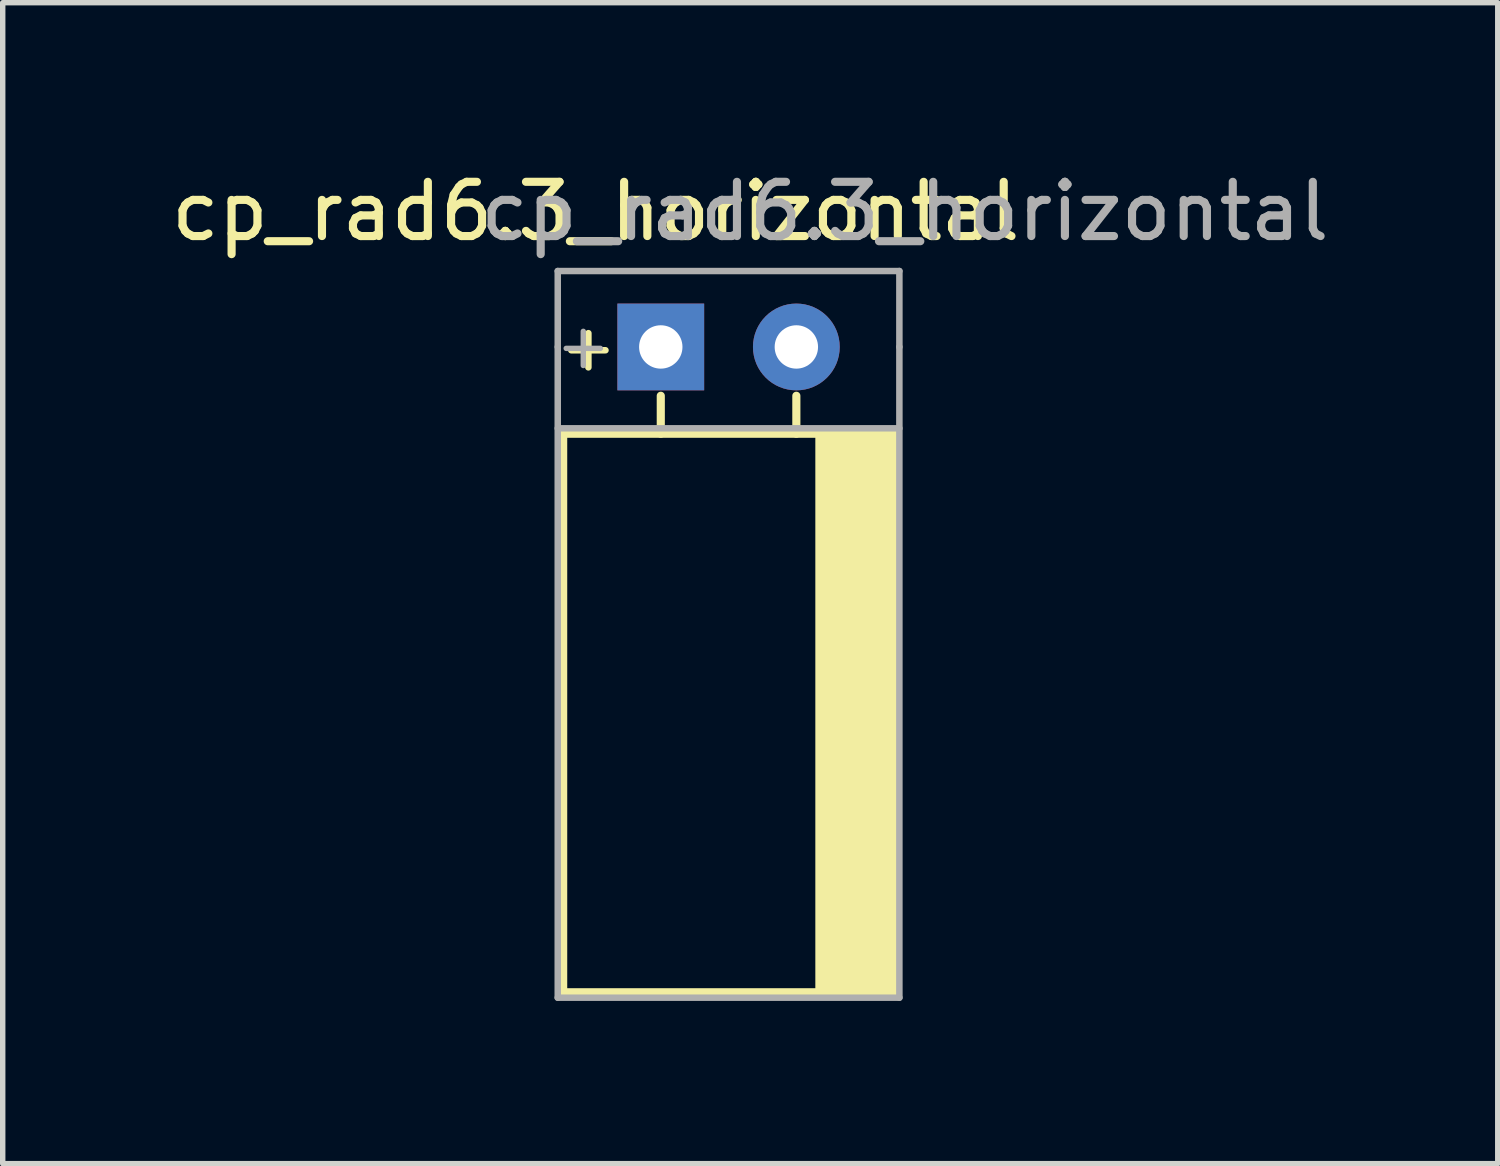
<source format=kicad_pcb>
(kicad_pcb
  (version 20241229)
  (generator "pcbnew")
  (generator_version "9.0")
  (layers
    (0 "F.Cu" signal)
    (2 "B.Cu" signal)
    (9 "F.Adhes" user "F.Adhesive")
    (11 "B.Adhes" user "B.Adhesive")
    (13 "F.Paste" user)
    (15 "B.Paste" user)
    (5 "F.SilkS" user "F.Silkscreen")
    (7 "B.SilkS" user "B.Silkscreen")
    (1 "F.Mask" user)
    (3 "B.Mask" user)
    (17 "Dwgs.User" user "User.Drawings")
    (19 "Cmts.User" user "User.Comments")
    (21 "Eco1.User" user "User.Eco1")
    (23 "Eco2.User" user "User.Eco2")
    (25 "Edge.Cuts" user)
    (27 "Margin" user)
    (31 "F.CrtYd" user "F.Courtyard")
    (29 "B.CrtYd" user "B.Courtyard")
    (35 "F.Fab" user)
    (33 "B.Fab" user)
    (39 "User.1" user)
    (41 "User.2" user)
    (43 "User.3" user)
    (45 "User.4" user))
  (footprint "cp_rad6.3_horizontal"
    (layer "F.Cu")
    (at 9.135 3.348)
    (property "Reference" "cp_rad6.3_horizontal" (at -1.2 -2.5 0) (layer "F.SilkS") (effects (font (size 1 1) (thickness 0.15))))
    (attr through_hole)
    (fp_line (start -1.8 1.6) (end 4.3 1.6) (stroke (width 0.15) (type solid)) (layer "F.SilkS"))
    (fp_line (start -1.8 11.9) (end -1.8 1.6) (stroke (width 0.15) (type solid)) (layer "F.SilkS"))
    (fp_line (start -1.65 0.061) (end -1.02 0.061) (stroke (width 0.12) (type solid)) (layer "F.SilkS"))
    (fp_line (start -1.335 -0.254) (end -1.335 0.376) (stroke (width 0.12) (type solid)) (layer "F.SilkS"))
    (fp_line (start 0 0.9) (end 0 1.6) (stroke (width 0.15) (type solid)) (layer "F.SilkS"))
    (fp_line (start 2.5 0.9) (end 2.5 1.6) (stroke (width 0.15) (type solid)) (layer "F.SilkS"))
    (fp_line (start 4.3 1.6) (end 4.3 11.9) (stroke (width 0.15) (type solid)) (layer "F.SilkS"))
    (fp_line (start 4.3 11.9) (end -1.8 11.9) (stroke (width 0.15) (type solid)) (layer "F.SilkS"))
    (fp_poly (pts (xy 4.3 11.9) (xy 2.9 11.9) (xy 2.9 1.6) (xy 4.3 1.6)) (stroke (width 0.1) (type solid)) (fill yes) (layer "F.SilkS"))
    (fp_line (start -1.9 -1.4) (end 4.4 -1.4) (stroke (width 0.12) (type solid)) (layer "F.Fab"))
    (fp_line (start -1.9 0) (end -1.9 -1.4) (stroke (width 0.12) (type solid)) (layer "F.Fab"))
    (fp_line (start -1.9 0) (end -1.9 12) (stroke (width 0.12) (type solid)) (layer "F.Fab"))
    (fp_line (start -1.9 1.5) (end 4.4 1.5) (stroke (width 0.12) (type solid)) (layer "F.Fab"))
    (fp_line (start -1.9 12) (end 4.4 12) (stroke (width 0.12) (type solid)) (layer "F.Fab"))
    (fp_line (start -1.744 0.026) (end -1.114 0.026) (stroke (width 0.1) (type solid)) (layer "F.Fab"))
    (fp_line (start -1.429 -0.288) (end -1.429 0.342) (stroke (width 0.1) (type solid)) (layer "F.Fab"))
    (fp_line (start 4.4 -1.4) (end 4.4 0) (stroke (width 0.12) (type solid)) (layer "F.Fab"))
    (fp_line (start 4.4 12) (end 4.4 0) (stroke (width 0.12) (type solid)) (layer "F.Fab"))
    (fp_text user "${REFERENCE}" (at 4.5 -2.5 0) (layer "F.Fab") (effects (font (size 1 1) (thickness 0.15))))
    (pad "1" thru_hole rect (at 0 0) (size 1.6 1.6) (drill 0.8) (layers "*.Cu" "*.Mask"))
    (pad "2" thru_hole circle (at 2.5 0) (size 1.6 1.6) (drill 0.8) (layers "*.Cu" "*.Mask")))
  (gr_rect
    (start -3 -3)
    (end 24.569 18.408)
    (stroke (width 0.1) (type default))
    (fill no)
    (layer "Edge.Cuts")))
</source>
